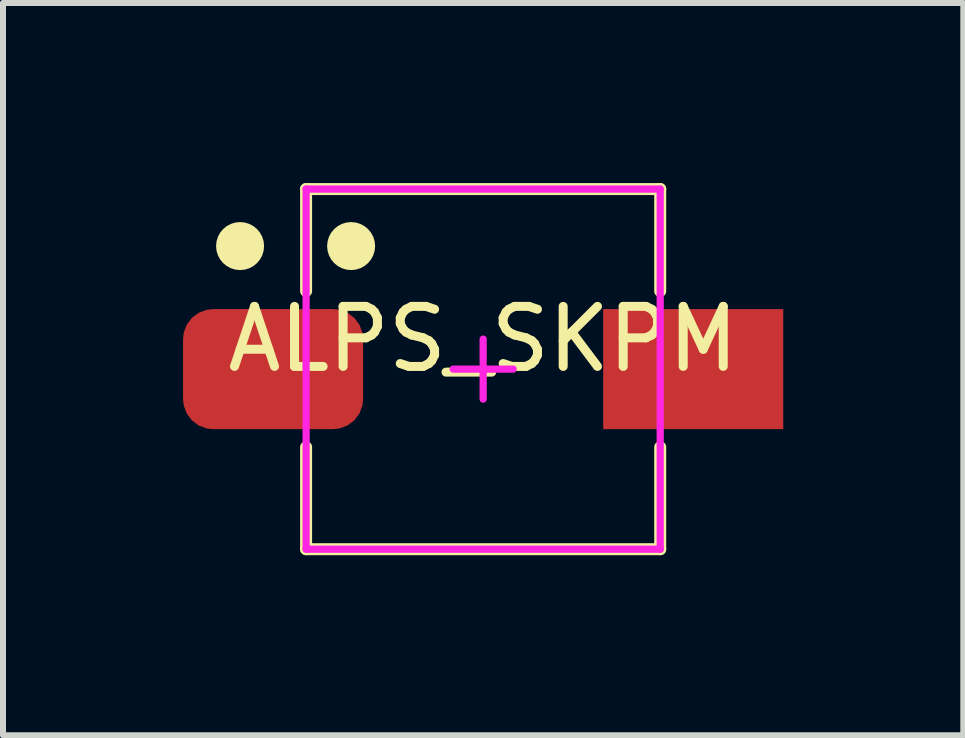
<source format=kicad_pcb>
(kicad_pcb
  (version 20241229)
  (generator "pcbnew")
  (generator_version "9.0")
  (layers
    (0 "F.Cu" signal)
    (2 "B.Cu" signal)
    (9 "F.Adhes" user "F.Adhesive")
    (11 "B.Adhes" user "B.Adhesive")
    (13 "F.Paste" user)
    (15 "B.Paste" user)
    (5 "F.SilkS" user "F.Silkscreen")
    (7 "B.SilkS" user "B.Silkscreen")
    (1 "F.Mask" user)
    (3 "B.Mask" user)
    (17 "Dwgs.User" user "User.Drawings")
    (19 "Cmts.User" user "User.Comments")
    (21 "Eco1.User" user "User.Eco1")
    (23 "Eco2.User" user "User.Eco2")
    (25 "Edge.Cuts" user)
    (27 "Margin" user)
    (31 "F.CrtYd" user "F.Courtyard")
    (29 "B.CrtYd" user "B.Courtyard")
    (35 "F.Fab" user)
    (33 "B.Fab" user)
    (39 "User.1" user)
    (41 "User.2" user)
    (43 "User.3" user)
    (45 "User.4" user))
  (footprint "ALPS_SKPM"
    (layer "F.Cu")
    (at 5 3.1)
    (property "Reference" "ALPS_SKPM" (at 0 -0.5 0) (unlocked yes) (layer "F.SilkS") (effects (font (size 1 1) (thickness 0.15))))
    (attr smd)
    (fp_line (start -2.95 -3) (end 2.95 -3) (stroke (width 0.2) (type solid)) (layer "F.SilkS"))
    (fp_line (start -2.95 -1.3) (end -2.95 -3) (stroke (width 0.2) (type solid)) (layer "F.SilkS"))
    (fp_line (start -2.95 3) (end -2.95 1.3) (stroke (width 0.2) (type solid)) (layer "F.SilkS"))
    (fp_line (start 2.95 -3) (end 2.95 -1.3) (stroke (width 0.2) (type solid)) (layer "F.SilkS"))
    (fp_line (start 2.95 1.3) (end 2.95 3) (stroke (width 0.2) (type solid)) (layer "F.SilkS"))
    (fp_line (start 2.95 3) (end -2.95 3) (stroke (width 0.2) (type solid)) (layer "F.SilkS"))
    (fp_circle (center -4.05 -2.05) (end -3.85 -2.05) (stroke (width 0.4) (type solid)) (fill no) (layer "F.SilkS"))
    (fp_circle (center -2.2 -2.05) (end -2 -2.05) (stroke (width 0.4) (type solid)) (fill no) (layer "F.SilkS"))
    (fp_line (start -2.95 -3) (end -2.95 3) (stroke (width 0.12) (type solid)) (layer "F.CrtYd"))
    (fp_line (start -2.95 -3) (end 2.95 -3) (stroke (width 0.12) (type solid)) (layer "F.CrtYd"))
    (fp_line (start -2.95 3) (end 2.95 3) (stroke (width 0.12) (type solid)) (layer "F.CrtYd"))
    (fp_line (start 0 0.5) (end 0 -0.5) (stroke (width 0.12) (type solid)) (layer "F.CrtYd"))
    (fp_line (start 0.5 0) (end -0.5 0) (stroke (width 0.12) (type solid)) (layer "F.CrtYd"))
    (fp_line (start 2.95 -3) (end 2.95 3) (stroke (width 0.12) (type solid)) (layer "F.CrtYd"))
    (pad "1" smd roundrect (at -3.5 0) (size 3 2) (layers "F.Cu" "F.Mask" "F.Paste") (roundrect_rratio 0.25))
    (pad "2" smd rect (at 3.5 0) (size 3 2) (layers "F.Cu" "F.Mask" "F.Paste")))
  (gr_rect
    (start -3 -3)
    (end 13 9.2)
    (stroke (width 0.1) (type default))
    (fill no)
    (layer "Edge.Cuts")))
</source>
